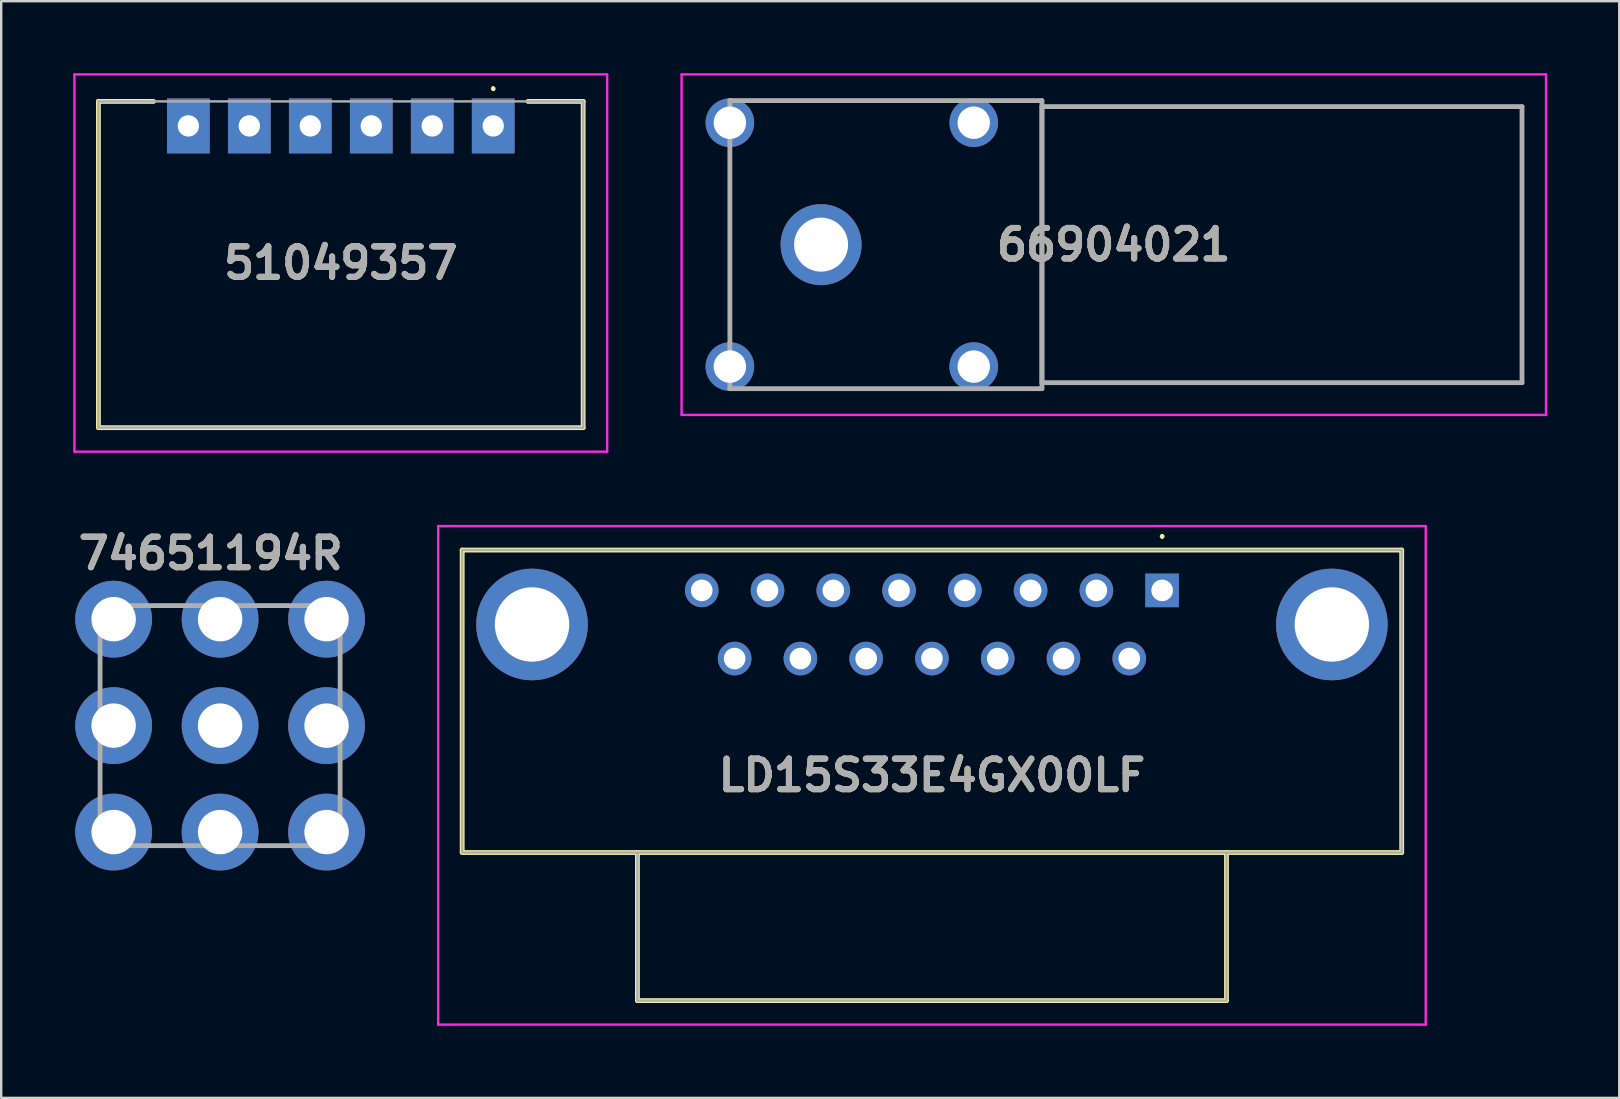
<source format=kicad_pcb>
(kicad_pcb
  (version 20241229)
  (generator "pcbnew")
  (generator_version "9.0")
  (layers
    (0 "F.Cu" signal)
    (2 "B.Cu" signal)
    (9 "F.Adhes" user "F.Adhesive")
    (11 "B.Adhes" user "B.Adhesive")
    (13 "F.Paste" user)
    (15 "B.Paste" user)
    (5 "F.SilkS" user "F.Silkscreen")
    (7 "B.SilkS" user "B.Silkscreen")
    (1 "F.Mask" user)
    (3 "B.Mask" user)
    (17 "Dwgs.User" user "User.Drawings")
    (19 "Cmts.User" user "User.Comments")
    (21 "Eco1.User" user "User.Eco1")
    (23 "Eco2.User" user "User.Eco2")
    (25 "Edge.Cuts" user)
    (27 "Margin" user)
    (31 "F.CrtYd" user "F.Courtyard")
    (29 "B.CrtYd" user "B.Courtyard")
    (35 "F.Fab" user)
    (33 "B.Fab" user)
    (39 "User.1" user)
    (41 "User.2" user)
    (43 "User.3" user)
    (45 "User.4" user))
  (footprint "74651194R"
    (layer "F.Cu")
    (at 6.119 27.179)
    (property "Reference" "74651194R" (at -0.392 -7.175 0) (layer "F.SilkS") (effects (font (size 1.27 1.27) (thickness 0.254))))
    (attr through_hole)
    (fp_line (start -5 -5) (end 5 -5) (stroke (width 0.2) (type solid)) (layer "F.Fab"))
    (fp_line (start -5 5) (end -5 -5) (stroke (width 0.2) (type solid)) (layer "F.Fab"))
    (fp_line (start 5 -5) (end 5 5) (stroke (width 0.2) (type solid)) (layer "F.Fab"))
    (fp_line (start 5 5) (end -5 5) (stroke (width 0.2) (type solid)) (layer "F.Fab"))
    (fp_text user "${REFERENCE}" (at -0.392 -7.175 0) (layer "F.Fab") (effects (font (size 1.27 1.27) (thickness 0.254))))
    (pad "1" thru_hole circle (at -4.435 4.435) (size 3.2 3.2) (drill 1.85) (layers "*.Cu" "*.Mask"))
    (pad "2" thru_hole circle (at 0 4.435) (size 3.2 3.2) (drill 1.85) (layers "*.Cu" "*.Mask"))
    (pad "3" thru_hole circle (at 4.435 4.435) (size 3.2 3.2) (drill 1.85) (layers "*.Cu" "*.Mask"))
    (pad "4" thru_hole circle (at -4.435 0) (size 3.2 3.2) (drill 1.85) (layers "*.Cu" "*.Mask"))
    (pad "5" thru_hole circle (at 0 0) (size 3.2 3.2) (drill 1.85) (layers "*.Cu" "*.Mask"))
    (pad "6" thru_hole circle (at 4.435 0) (size 3.2 3.2) (drill 1.85) (layers "*.Cu" "*.Mask"))
    (pad "7" thru_hole circle (at -4.435 -4.435) (size 3.2 3.2) (drill 1.85) (layers "*.Cu" "*.Mask"))
    (pad "8" thru_hole circle (at 0 -4.435) (size 3.2 3.2) (drill 1.85) (layers "*.Cu" "*.Mask"))
    (pad "9" thru_hole circle (at 4.435 -4.435) (size 3.2 3.2) (drill 1.85) (layers "*.Cu" "*.Mask")))
  (footprint "51049357"
    (layer "F.Cu")
    (at 17.497 2.195)
    (property "Reference" "51049357" (at -6.35 5.713 0) (layer "F.SilkS") (effects (font (size 1.27 1.27) (thickness 0.254))))
    (attr through_hole)
    (fp_line (start -16.447 -1.02) (end -16.447 12.57) (stroke (width 0.2) (type solid)) (layer "F.SilkS"))
    (fp_line (start -16.447 12.57) (end 3.747 12.57) (stroke (width 0.2) (type solid)) (layer "F.SilkS"))
    (fp_line (start -14.15 -1.02) (end -16.447 -1.02) (stroke (width 0.2) (type solid)) (layer "F.SilkS"))
    (fp_line (start 0 -1.6) (end 0 -1.6) (stroke (width 0.1) (type solid)) (layer "F.SilkS"))
    (fp_line (start 0 -1.5) (end 0 -1.5) (stroke (width 0.1) (type solid)) (layer "F.SilkS"))
    (fp_line (start 3.747 -1.02) (end 1.45 -1.02) (stroke (width 0.2) (type solid)) (layer "F.SilkS"))
    (fp_line (start 3.747 12.57) (end 3.747 -1.02) (stroke (width 0.2) (type solid)) (layer "F.SilkS"))
    (fp_arc (start 0 -1.6) (mid 0.05 -1.55) (end 0 -1.5) (stroke (width 0.1) (type solid)) (layer "F.SilkS"))
    (fp_arc (start 0 -1.5) (mid -0.05 -1.55) (end 0 -1.6) (stroke (width 0.1) (type solid)) (layer "F.SilkS"))
    (fp_line (start -17.447 -2.145) (end -17.447 13.57) (stroke (width 0.1) (type solid)) (layer "F.CrtYd"))
    (fp_line (start -17.447 13.57) (end 4.747 13.57) (stroke (width 0.1) (type solid)) (layer "F.CrtYd"))
    (fp_line (start 4.747 -2.145) (end -17.447 -2.145) (stroke (width 0.1) (type solid)) (layer "F.CrtYd"))
    (fp_line (start 4.747 13.57) (end 4.747 -2.145) (stroke (width 0.1) (type solid)) (layer "F.CrtYd"))
    (fp_line (start -16.447 -1.02) (end -16.447 12.57) (stroke (width 0.1) (type solid)) (layer "F.Fab"))
    (fp_line (start -16.447 12.57) (end 3.747 12.57) (stroke (width 0.1) (type solid)) (layer "F.Fab"))
    (fp_line (start 3.747 -1.02) (end -16.447 -1.02) (stroke (width 0.1) (type solid)) (layer "F.Fab"))
    (fp_line (start 3.747 12.57) (end 3.747 -1.02) (stroke (width 0.1) (type solid)) (layer "F.Fab"))
    (fp_text user "${REFERENCE}" (at -6.35 5.713 0) (layer "F.Fab") (effects (font (size 1.27 1.27) (thickness 0.254))))
    (pad "1" thru_hole rect (at 0 0) (size 1.78 2.29) (drill 0.89) (layers "*.Cu" "*.Mask"))
    (pad "2" thru_hole rect (at -2.54 0) (size 1.78 2.29) (drill 0.89) (layers "*.Cu" "*.Mask"))
    (pad "3" thru_hole rect (at -5.08 0) (size 1.78 2.29) (drill 0.89) (layers "*.Cu" "*.Mask"))
    (pad "4" thru_hole rect (at -7.62 0) (size 1.78 2.29) (drill 0.89) (layers "*.Cu" "*.Mask"))
    (pad "5" thru_hole rect (at -10.16 0) (size 1.78 2.29) (drill 0.89) (layers "*.Cu" "*.Mask"))
    (pad "6" thru_hole rect (at -12.7 0) (size 1.78 2.29) (drill 0.89) (layers "*.Cu" "*.Mask")))
  (footprint "LD15S33E4GX00LF"
    (layer "F.Cu")
    (at 45.364 21.545)
    (property "Reference" "LD15S33E4GX00LF" (at -9.59 7.705 0) (layer "F.SilkS") (effects (font (size 1.27 1.27) (thickness 0.254))))
    (attr through_hole)
    (fp_line (start -29.16 -1.68) (end 9.98 -1.68) (stroke (width 0.2) (type solid)) (layer "F.SilkS"))
    (fp_line (start -29.16 10.92) (end -29.16 -1.68) (stroke (width 0.2) (type solid)) (layer "F.SilkS"))
    (fp_line (start -21.86 10.92) (end -21.86 17.09) (stroke (width 0.2) (type solid)) (layer "F.SilkS"))
    (fp_line (start -21.86 17.09) (end 2.68 17.09) (stroke (width 0.2) (type solid)) (layer "F.SilkS"))
    (fp_line (start 0 -2.3) (end 0 -2.3) (stroke (width 0.1) (type solid)) (layer "F.SilkS"))
    (fp_line (start 0 -2.2) (end 0 -2.2) (stroke (width 0.1) (type solid)) (layer "F.SilkS"))
    (fp_line (start 2.68 17.09) (end 2.68 10.92) (stroke (width 0.2) (type solid)) (layer "F.SilkS"))
    (fp_line (start 9.98 -1.68) (end 9.98 10.92) (stroke (width 0.2) (type solid)) (layer "F.SilkS"))
    (fp_line (start 9.98 10.92) (end -29.16 10.92) (stroke (width 0.2) (type solid)) (layer "F.SilkS"))
    (fp_arc (start 0 -2.3) (mid 0.05 -2.25) (end 0 -2.2) (stroke (width 0.1) (type solid)) (layer "F.SilkS"))
    (fp_arc (start 0 -2.2) (mid -0.05 -2.25) (end 0 -2.3) (stroke (width 0.1) (type solid)) (layer "F.SilkS"))
    (fp_line (start -30.16 -2.68) (end 10.98 -2.68) (stroke (width 0.1) (type solid)) (layer "F.CrtYd"))
    (fp_line (start -30.16 18.09) (end -30.16 -2.68) (stroke (width 0.1) (type solid)) (layer "F.CrtYd"))
    (fp_line (start 10.98 -2.68) (end 10.98 18.09) (stroke (width 0.1) (type solid)) (layer "F.CrtYd"))
    (fp_line (start 10.98 18.09) (end -30.16 18.09) (stroke (width 0.1) (type solid)) (layer "F.CrtYd"))
    (fp_line (start -29.16 -1.68) (end 9.98 -1.68) (stroke (width 0.1) (type solid)) (layer "F.Fab"))
    (fp_line (start -29.16 10.92) (end -29.16 -1.68) (stroke (width 0.1) (type solid)) (layer "F.Fab"))
    (fp_line (start -21.86 10.92) (end -21.86 17.09) (stroke (width 0.1) (type solid)) (layer "F.Fab"))
    (fp_line (start -21.86 17.09) (end 2.68 17.09) (stroke (width 0.1) (type solid)) (layer "F.Fab"))
    (fp_line (start 2.68 17.09) (end 2.68 10.92) (stroke (width 0.1) (type solid)) (layer "F.Fab"))
    (fp_line (start 9.98 -1.68) (end 9.98 10.92) (stroke (width 0.1) (type solid)) (layer "F.Fab"))
    (fp_line (start 9.98 10.92) (end -29.16 10.92) (stroke (width 0.1) (type solid)) (layer "F.Fab"))
    (fp_text user "${REFERENCE}" (at -9.59 7.705 0) (layer "F.Fab") (effects (font (size 1.27 1.27) (thickness 0.254))))
    (pad "1" thru_hole rect (at 0 0) (size 1.4 1.4) (drill 0.9) (layers "*.Cu" "*.Mask"))
    (pad "2" thru_hole circle (at -2.74 0) (size 1.4 1.4) (drill 0.9) (layers "*.Cu" "*.Mask"))
    (pad "3" thru_hole circle (at -5.48 0) (size 1.4 1.4) (drill 0.9) (layers "*.Cu" "*.Mask"))
    (pad "4" thru_hole circle (at -8.22 0) (size 1.4 1.4) (drill 0.9) (layers "*.Cu" "*.Mask"))
    (pad "5" thru_hole circle (at -10.96 0) (size 1.4 1.4) (drill 0.9) (layers "*.Cu" "*.Mask"))
    (pad "6" thru_hole circle (at -13.7 0) (size 1.4 1.4) (drill 0.9) (layers "*.Cu" "*.Mask"))
    (pad "7" thru_hole circle (at -16.44 0) (size 1.4 1.4) (drill 0.9) (layers "*.Cu" "*.Mask"))
    (pad "8" thru_hole circle (at -19.18 0) (size 1.4 1.4) (drill 0.9) (layers "*.Cu" "*.Mask"))
    (pad "9" thru_hole circle (at -1.37 2.84) (size 1.4 1.4) (drill 0.9) (layers "*.Cu" "*.Mask"))
    (pad "10" thru_hole circle (at -4.11 2.84) (size 1.4 1.4) (drill 0.9) (layers "*.Cu" "*.Mask"))
    (pad "11" thru_hole circle (at -6.85 2.84) (size 1.4 1.4) (drill 0.9) (layers "*.Cu" "*.Mask"))
    (pad "12" thru_hole circle (at -9.59 2.84) (size 1.4 1.4) (drill 0.9) (layers "*.Cu" "*.Mask"))
    (pad "13" thru_hole circle (at -12.33 2.84) (size 1.4 1.4) (drill 0.9) (layers "*.Cu" "*.Mask"))
    (pad "14" thru_hole circle (at -15.07 2.84) (size 1.4 1.4) (drill 0.9) (layers "*.Cu" "*.Mask"))
    (pad "15" thru_hole circle (at -17.81 2.84) (size 1.4 1.4) (drill 0.9) (layers "*.Cu" "*.Mask"))
    (pad "MH1" thru_hole circle (at 7.07 1.42) (size 4.65 4.65) (drill 3.1) (layers "*.Cu" "*.Mask"))
    (pad "MH2" thru_hole circle (at -26.25 1.42) (size 4.65 4.65) (drill 3.1) (layers "*.Cu" "*.Mask")))
  (footprint "66904021"
    (layer "F.Cu")
    (at 43.856 7.142)
    (property "Reference" "66904021" (at -0.506 0 0) (layer "F.SilkS") (effects (font (size 1.27 1.27) (thickness 0.254))))
    (attr through_hole)
    (fp_line (start -16.5 3.5) (end -16.5 -3.5) (stroke (width 0.1) (type solid)) (layer "F.SilkS"))
    (fp_line (start -15.5 -6) (end -7.5 -6) (stroke (width 0.1) (type solid)) (layer "F.SilkS"))
    (fp_line (start -15.5 6) (end -7.5 6) (stroke (width 0.1) (type solid)) (layer "F.SilkS"))
    (fp_line (start -3.5 -5.75) (end 16.5 -5.75) (stroke (width 0.1) (type solid)) (layer "F.SilkS"))
    (fp_line (start -3.5 5.75) (end -3.5 -5.75) (stroke (width 0.1) (type solid)) (layer "F.SilkS"))
    (fp_line (start 16.5 -5.75) (end 16.5 5.75) (stroke (width 0.1) (type solid)) (layer "F.SilkS"))
    (fp_line (start 16.5 5.75) (end -3.5 5.75) (stroke (width 0.1) (type solid)) (layer "F.SilkS"))
    (fp_line (start -18.512 -7.092) (end 17.5 -7.092) (stroke (width 0.1) (type solid)) (layer "F.CrtYd"))
    (fp_line (start -18.512 7.093) (end -18.512 -7.092) (stroke (width 0.1) (type solid)) (layer "F.CrtYd"))
    (fp_line (start 17.5 -7.092) (end 17.5 7.093) (stroke (width 0.1) (type solid)) (layer "F.CrtYd"))
    (fp_line (start 17.5 7.093) (end -18.512 7.093) (stroke (width 0.1) (type solid)) (layer "F.CrtYd"))
    (fp_line (start -16.5 -6) (end -3.5 -6) (stroke (width 0.2) (type solid)) (layer "F.Fab"))
    (fp_line (start -16.5 6) (end -16.5 -6) (stroke (width 0.2) (type solid)) (layer "F.Fab"))
    (fp_line (start -3.5 -6) (end -3.5 6) (stroke (width 0.2) (type solid)) (layer "F.Fab"))
    (fp_line (start -3.5 -5.75) (end 16.5 -5.75) (stroke (width 0.2) (type solid)) (layer "F.Fab"))
    (fp_line (start -3.5 5.75) (end -3.5 -5.75) (stroke (width 0.2) (type solid)) (layer "F.Fab"))
    (fp_line (start -3.5 6) (end -16.5 6) (stroke (width 0.2) (type solid)) (layer "F.Fab"))
    (fp_line (start 16.5 -5.75) (end 16.5 5.75) (stroke (width 0.2) (type solid)) (layer "F.Fab"))
    (fp_line (start 16.5 5.75) (end -3.5 5.75) (stroke (width 0.2) (type solid)) (layer "F.Fab"))
    (fp_text user "${REFERENCE}" (at -0.506 0 0) (layer "F.Fab") (effects (font (size 1.27 1.27) (thickness 0.254))))
    (pad "1" thru_hole circle (at -16.5 -5.08) (size 2.025 2.025) (drill 1.35) (layers "*.Cu" "*.Mask"))
    (pad "2" thru_hole circle (at -16.5 5.08) (size 2.025 2.025) (drill 1.35) (layers "*.Cu" "*.Mask"))
    (pad "3" thru_hole circle (at -6.34 5.08) (size 2.025 2.025) (drill 1.35) (layers "*.Cu" "*.Mask"))
    (pad "4" thru_hole circle (at -6.34 -5.08) (size 2.025 2.025) (drill 1.35) (layers "*.Cu" "*.Mask"))
    (pad "5" thru_hole circle (at -12.7 0) (size 3.375 3.375) (drill 2.25) (layers "*.Cu" "*.Mask")))
  (gr_rect
    (start -3 -3)
    (end 64.406 42.685)
    (stroke (width 0.1) (type default))
    (fill no)
    (layer "Edge.Cuts")))
</source>
